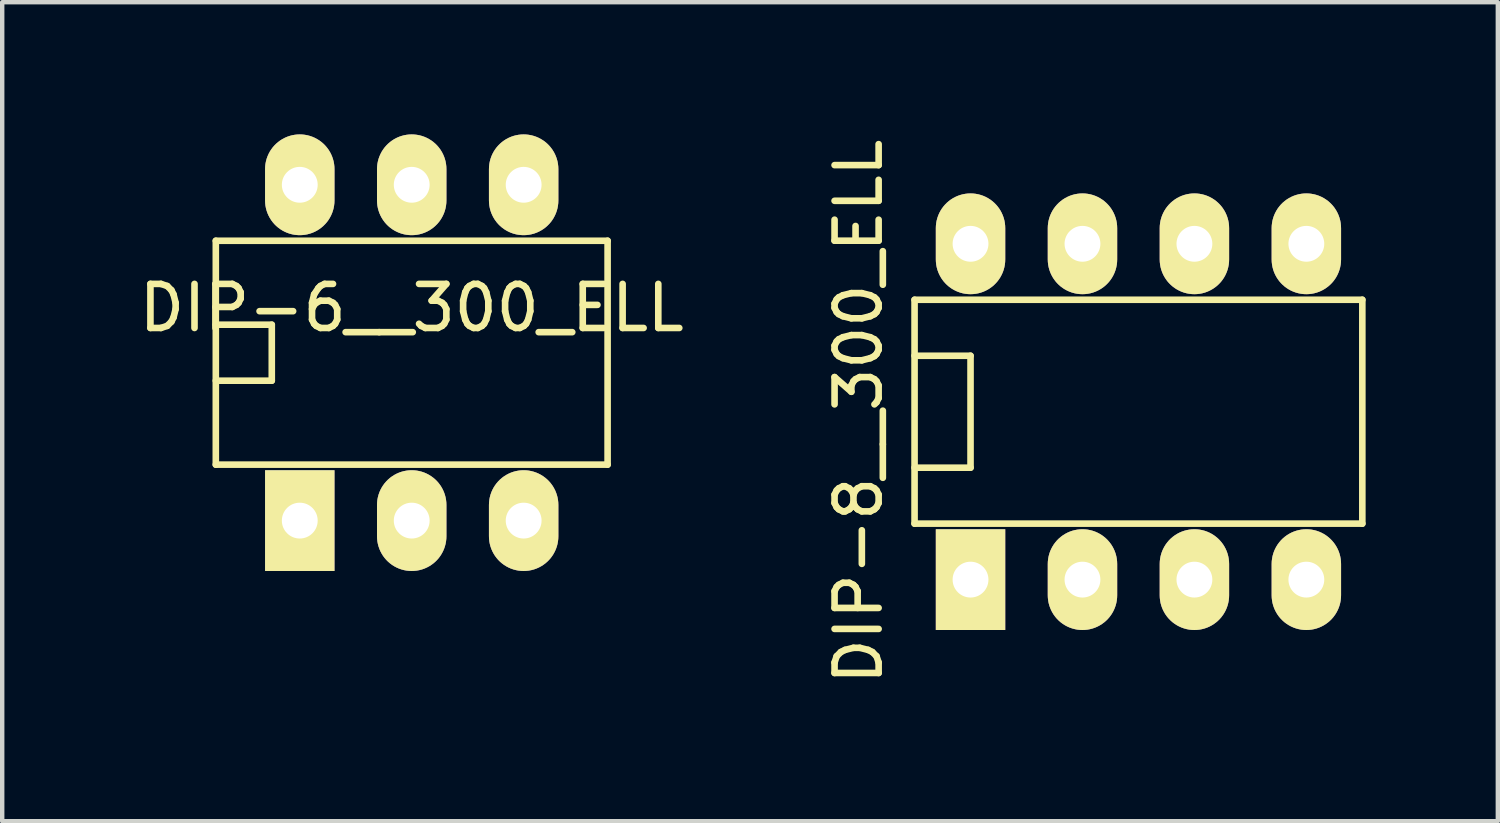
<source format=kicad_pcb>
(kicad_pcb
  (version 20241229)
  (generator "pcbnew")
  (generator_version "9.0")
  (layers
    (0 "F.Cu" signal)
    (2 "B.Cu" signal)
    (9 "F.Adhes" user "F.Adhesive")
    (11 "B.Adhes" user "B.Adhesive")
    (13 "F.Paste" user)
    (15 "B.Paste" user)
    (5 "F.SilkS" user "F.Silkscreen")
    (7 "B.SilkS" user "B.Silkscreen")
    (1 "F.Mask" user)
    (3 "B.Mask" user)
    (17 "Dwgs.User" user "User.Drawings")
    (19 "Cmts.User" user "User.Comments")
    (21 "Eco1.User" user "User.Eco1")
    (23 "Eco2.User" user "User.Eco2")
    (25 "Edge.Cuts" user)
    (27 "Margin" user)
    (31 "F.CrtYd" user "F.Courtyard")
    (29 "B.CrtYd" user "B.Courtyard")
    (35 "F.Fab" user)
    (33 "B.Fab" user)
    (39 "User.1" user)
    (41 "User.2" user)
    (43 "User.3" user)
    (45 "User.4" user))
  (footprint "DIP-6__300_ELL"
    (layer "F.Cu")
    (at 6.292 4.953)
    (property "Reference" "DIP-6__300_ELL" (at 0 -1.016 0) (layer "F.SilkS") (effects (font (size 1 1) (thickness 0.15))))
    (attr through_hole)
    (fp_line (start -4.445 -2.54) (end 4.445 -2.54) (stroke (width 0.15) (type solid)) (layer "F.SilkS"))
    (fp_line (start -4.445 -0.635) (end -3.175 -0.635) (stroke (width 0.15) (type solid)) (layer "F.SilkS"))
    (fp_line (start -4.445 2.54) (end -4.445 -2.54) (stroke (width 0.15) (type solid)) (layer "F.SilkS"))
    (fp_line (start -3.175 -0.635) (end -3.175 0.635) (stroke (width 0.15) (type solid)) (layer "F.SilkS"))
    (fp_line (start -3.175 0.635) (end -4.445 0.635) (stroke (width 0.15) (type solid)) (layer "F.SilkS"))
    (fp_line (start 4.445 -2.54) (end 4.445 2.54) (stroke (width 0.15) (type solid)) (layer "F.SilkS"))
    (fp_line (start 4.445 2.54) (end -4.445 2.54) (stroke (width 0.15) (type solid)) (layer "F.SilkS"))
    (pad "1" thru_hole rect (at -2.54 3.81) (size 1.575 2.286) (drill 0.813) (layers "*.Cu" "*.Mask" "F.SilkS"))
    (pad "2" thru_hole oval (at 0 3.81) (size 1.575 2.286) (drill 0.813) (layers "*.Cu" "*.Mask" "F.SilkS"))
    (pad "3" thru_hole oval (at 2.54 3.81) (size 1.575 2.286) (drill 0.813) (layers "*.Cu" "*.Mask" "F.SilkS"))
    (pad "4" thru_hole oval (at 2.54 -3.81) (size 1.575 2.286) (drill 0.813) (layers "*.Cu" "*.Mask" "F.SilkS"))
    (pad "5" thru_hole oval (at 0 -3.81) (size 1.575 2.286) (drill 0.813) (layers "*.Cu" "*.Mask" "F.SilkS"))
    (pad "6" thru_hole oval (at -2.54 -3.81) (size 1.575 2.286) (drill 0.813) (layers "*.Cu" "*.Mask" "F.SilkS")))
  (footprint "DIP-8__300_ELL"
    (layer "F.Cu")
    (at 22.782 6.292)
    (property "Reference" "DIP-8__300_ELL" (at -6.35 0 90) (layer "F.SilkS") (effects (font (size 1 1) (thickness 0.15))))
    (attr through_hole)
    (fp_line (start -5.08 -2.54) (end 5.08 -2.54) (stroke (width 0.15) (type solid)) (layer "F.SilkS"))
    (fp_line (start -5.08 -1.27) (end -3.81 -1.27) (stroke (width 0.15) (type solid)) (layer "F.SilkS"))
    (fp_line (start -5.08 2.54) (end -5.08 -2.54) (stroke (width 0.15) (type solid)) (layer "F.SilkS"))
    (fp_line (start -3.81 -1.27) (end -3.81 1.27) (stroke (width 0.15) (type solid)) (layer "F.SilkS"))
    (fp_line (start -3.81 1.27) (end -5.08 1.27) (stroke (width 0.15) (type solid)) (layer "F.SilkS"))
    (fp_line (start 5.08 -2.54) (end 5.08 2.54) (stroke (width 0.15) (type solid)) (layer "F.SilkS"))
    (fp_line (start 5.08 2.54) (end -5.08 2.54) (stroke (width 0.15) (type solid)) (layer "F.SilkS"))
    (pad "1" thru_hole rect (at -3.81 3.81) (size 1.575 2.286) (drill 0.813) (layers "*.Cu" "*.Mask" "F.SilkS"))
    (pad "2" thru_hole oval (at -1.27 3.81) (size 1.575 2.286) (drill 0.813) (layers "*.Cu" "*.Mask" "F.SilkS"))
    (pad "3" thru_hole oval (at 1.27 3.81) (size 1.575 2.286) (drill 0.813) (layers "*.Cu" "*.Mask" "F.SilkS"))
    (pad "4" thru_hole oval (at 3.81 3.81) (size 1.575 2.286) (drill 0.813) (layers "*.Cu" "*.Mask" "F.SilkS"))
    (pad "5" thru_hole oval (at 3.81 -3.81) (size 1.575 2.286) (drill 0.813) (layers "*.Cu" "*.Mask" "F.SilkS"))
    (pad "6" thru_hole oval (at 1.27 -3.81) (size 1.575 2.286) (drill 0.813) (layers "*.Cu" "*.Mask" "F.SilkS"))
    (pad "7" thru_hole oval (at -1.27 -3.81) (size 1.575 2.286) (drill 0.813) (layers "*.Cu" "*.Mask" "F.SilkS"))
    (pad "8" thru_hole oval (at -3.81 -3.81) (size 1.575 2.286) (drill 0.813) (layers "*.Cu" "*.Mask" "F.SilkS")))
  (gr_rect
    (start -3 -3)
    (end 30.937 15.583)
    (stroke (width 0.1) (type default))
    (fill no)
    (layer "Edge.Cuts")))
</source>
